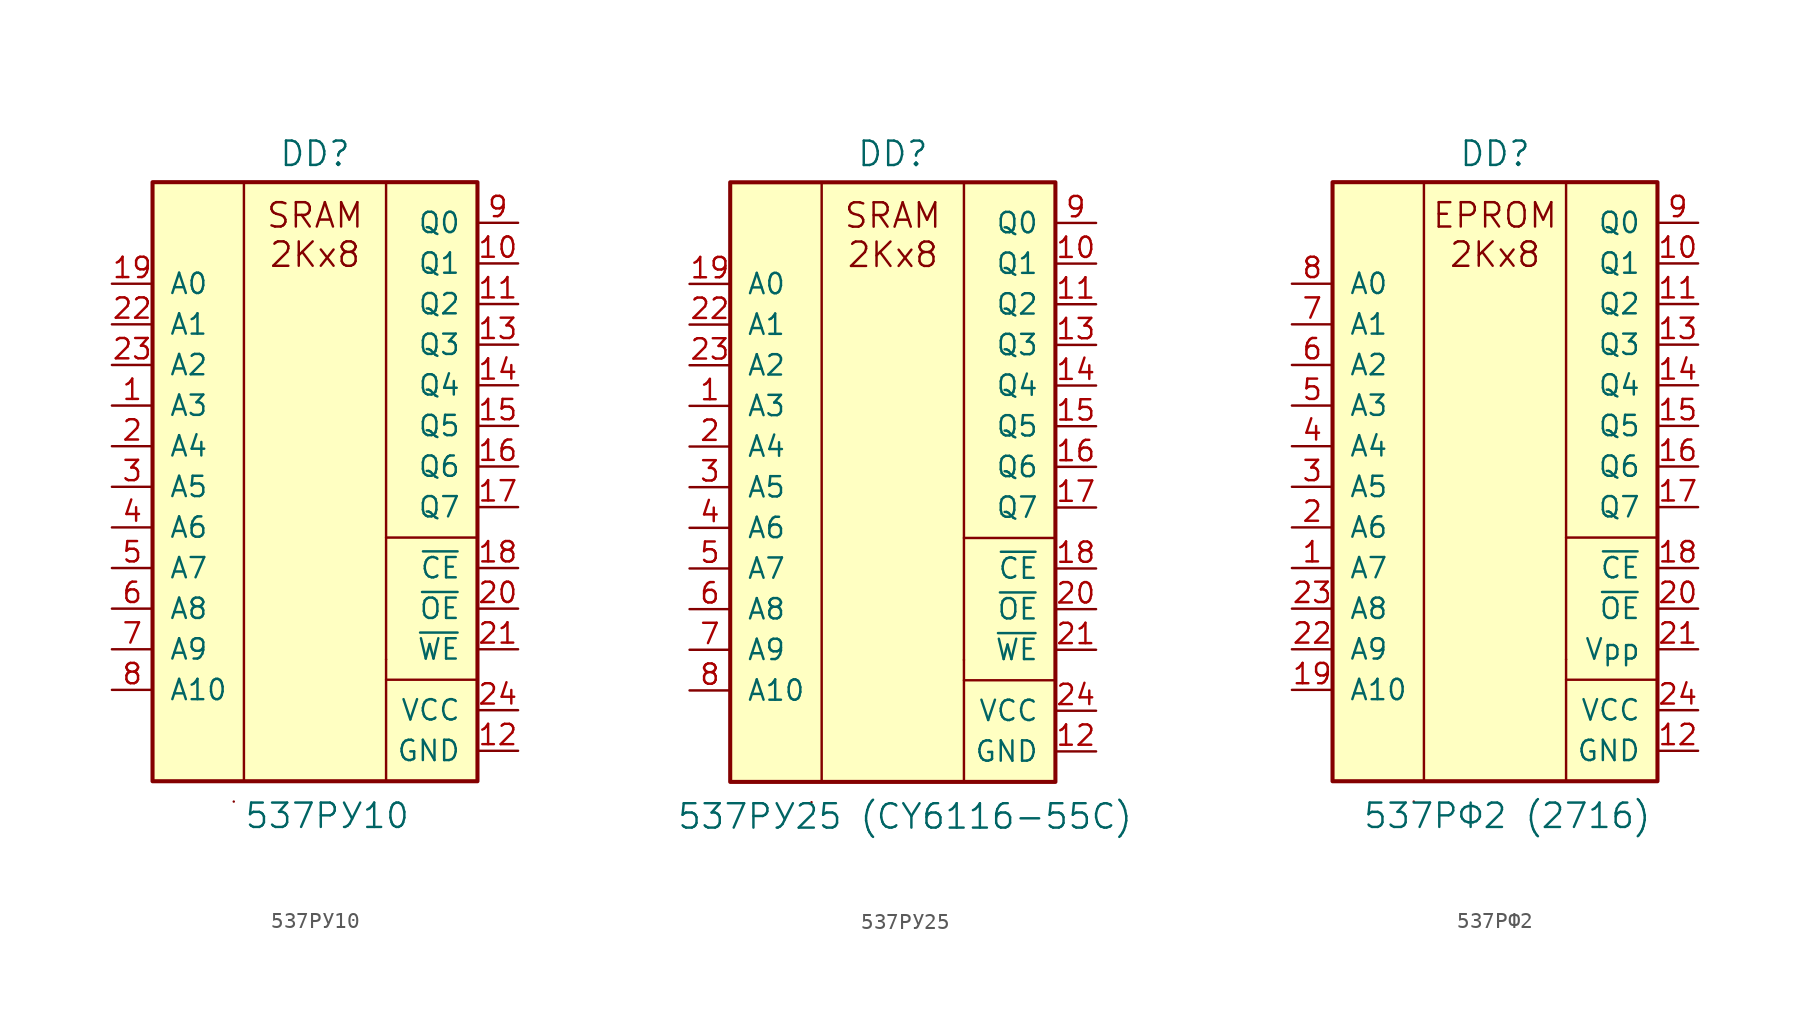
<source format=kicad_sym>
(kicad_symbol_lib
  (version 20231120)
  (generator "kicad_symbol_editor")
  (generator_version "8.0")
  (symbol "537РУ10"
    (pin_names
      (offset 1.016))
    (property "Reference" "DD"
      (at 0 20.828 0)
      (effects (font (size 1.524 1.524))))
    (property "Value" "537РУ10"
      (at 0.762 -20.574 0)
      (effects (font (size 1.524 1.524))))
    (symbol "537РУ10_0_1"
      (polyline (pts (xy -5.08 -19.685) (xy -5.08 -19.685)) (stroke (width 0) (type default)) (fill (type none)))
      (polyline (pts (xy -4.445 19.05) (xy -4.445 -18.415)) (stroke (width 0) (type default)) (fill (type none)))
      (polyline (pts (xy 4.445 -10.795) (xy 4.445 -10.795)) (stroke (width 0) (type default)) (fill (type none)))
      (polyline (pts (xy 4.445 19.05) (xy 4.445 -18.415)) (stroke (width 0) (type default)) (fill (type none)))
      (polyline (pts (xy 10.16 -12.065) (xy 4.445 -12.065)) (stroke (width 0) (type default)) (fill (type none)))
      (polyline (pts (xy 10.16 -3.175) (xy 4.445 -3.175)) (stroke (width 0) (type default)) (fill (type none))))
    (symbol "537РУ10_1_0"
      (text "SRAM\n2Kx8" (at 0 15.748 0) (effects (font (size 1.524 1.524))))
      (pin power_in line (at 12.7 -16.51 180) (length 2.54) (name "GND" (effects (font (size 1.27 1.27)))) (number "12" (effects (font (size 1.27 1.27)))))
      (pin power_in line (at 12.7 -13.97 180) (length 2.54) (name "VCC" (effects (font (size 1.27 1.27)))) (number "24" (effects (font (size 1.27 1.27))))))
    (symbol "537РУ10_1_1"
      (rectangle (start -10.16 19.05) (end 10.16 -18.415) (stroke (width 0.254) (type default)) (fill (type background)))
      (pin input line (at -12.7 5.08 0) (length 2.54) (name "A3" (effects (font (size 1.27 1.27)))) (number "1" (effects (font (size 1.27 1.27)))))
      (pin tri_state line (at 12.7 13.97 180) (length 2.54) (name "Q1" (effects (font (size 1.27 1.27)))) (number "10" (effects (font (size 1.27 1.27)))))
      (pin tri_state line (at 12.7 11.43 180) (length 2.54) (name "Q2" (effects (font (size 1.27 1.27)))) (number "11" (effects (font (size 1.27 1.27)))))
      (pin tri_state line (at 12.7 8.89 180) (length 2.54) (name "Q3" (effects (font (size 1.27 1.27)))) (number "13" (effects (font (size 1.27 1.27)))))
      (pin tri_state line (at 12.7 6.35 180) (length 2.54) (name "Q4" (effects (font (size 1.27 1.27)))) (number "14" (effects (font (size 1.27 1.27)))))
      (pin tri_state line (at 12.7 3.81 180) (length 2.54) (name "Q5" (effects (font (size 1.27 1.27)))) (number "15" (effects (font (size 1.27 1.27)))))
      (pin tri_state line (at 12.7 1.27 180) (length 2.54) (name "Q6" (effects (font (size 1.27 1.27)))) (number "16" (effects (font (size 1.27 1.27)))))
      (pin tri_state line (at 12.7 -1.27 180) (length 2.54) (name "Q7" (effects (font (size 1.27 1.27)))) (number "17" (effects (font (size 1.27 1.27)))))
      (pin input line (at 12.7 -5.08 180) (length 2.54) (name "~{CE}" (effects (font (size 1.27 1.27)))) (number "18" (effects (font (size 1.27 1.27)))))
      (pin input line (at -12.7 12.7 0) (length 2.54) (name "A0" (effects (font (size 1.27 1.27)))) (number "19" (effects (font (size 1.27 1.27)))))
      (pin input line (at -12.7 2.54 0) (length 2.54) (name "A4" (effects (font (size 1.27 1.27)))) (number "2" (effects (font (size 1.27 1.27)))))
      (pin input line (at 12.7 -7.62 180) (length 2.54) (name "~{OE}" (effects (font (size 1.27 1.27)))) (number "20" (effects (font (size 1.27 1.27)))))
      (pin input line (at 12.7 -10.16 180) (length 2.54) (name "~{WE}" (effects (font (size 1.27 1.27)))) (number "21" (effects (font (size 1.27 1.27)))))
      (pin input line (at -12.7 10.16 0) (length 2.54) (name "A1" (effects (font (size 1.27 1.27)))) (number "22" (effects (font (size 1.27 1.27)))))
      (pin input line (at -12.7 7.62 0) (length 2.54) (name "A2" (effects (font (size 1.27 1.27)))) (number "23" (effects (font (size 1.27 1.27)))))
      (pin input line (at -12.7 0 0) (length 2.54) (name "A5" (effects (font (size 1.27 1.27)))) (number "3" (effects (font (size 1.27 1.27)))))
      (pin input line (at -12.7 -2.54 0) (length 2.54) (name "A6" (effects (font (size 1.27 1.27)))) (number "4" (effects (font (size 1.27 1.27)))))
      (pin input line (at -12.7 -5.08 0) (length 2.54) (name "A7" (effects (font (size 1.27 1.27)))) (number "5" (effects (font (size 1.27 1.27)))))
      (pin input line (at -12.7 -7.62 0) (length 2.54) (name "A8" (effects (font (size 1.27 1.27)))) (number "6" (effects (font (size 1.27 1.27)))))
      (pin input line (at -12.7 -10.16 0) (length 2.54) (name "A9" (effects (font (size 1.27 1.27)))) (number "7" (effects (font (size 1.27 1.27)))))
      (pin input line (at -12.7 -12.7 0) (length 2.54) (name "A10" (effects (font (size 1.27 1.27)))) (number "8" (effects (font (size 1.27 1.27)))))
      (pin tri_state line (at 12.7 16.51 180) (length 2.54) (name "Q0" (effects (font (size 1.27 1.27)))) (number "9" (effects (font (size 1.27 1.27)))))))
  (symbol "537РУ25"
    (pin_names
      (offset 1.016))
    (property "Reference" "DD"
      (at 0 20.828 0)
      (effects (font (size 1.524 1.524))))
    (property "Value" "537РУ25 (CY6116-55C)"
      (at 0.762 -20.574 0)
      (effects (font (size 1.524 1.524))))
    (symbol "537РУ25_0_1"
      (polyline (pts (xy -5.08 -19.685) (xy -5.08 -19.685)) (stroke (width 0) (type default)) (fill (type none)))
      (polyline (pts (xy -4.445 19.05) (xy -4.445 -18.415)) (stroke (width 0) (type default)) (fill (type none)))
      (polyline (pts (xy 4.445 -10.795) (xy 4.445 -10.795)) (stroke (width 0) (type default)) (fill (type none)))
      (polyline (pts (xy 4.445 19.05) (xy 4.445 -18.415)) (stroke (width 0) (type default)) (fill (type none)))
      (polyline (pts (xy 10.16 -12.065) (xy 4.445 -12.065)) (stroke (width 0) (type default)) (fill (type none)))
      (polyline (pts (xy 10.16 -3.175) (xy 4.445 -3.175)) (stroke (width 0) (type default)) (fill (type none))))
    (symbol "537РУ25_1_0"
      (text "SRAM\n2Kx8" (at 0 15.748 0) (effects (font (size 1.524 1.524))))
      (pin power_in line (at 12.7 -16.51 180) (length 2.54) (name "GND" (effects (font (size 1.27 1.27)))) (number "12" (effects (font (size 1.27 1.27)))))
      (pin power_in line (at 12.7 -13.97 180) (length 2.54) (name "VCC" (effects (font (size 1.27 1.27)))) (number "24" (effects (font (size 1.27 1.27))))))
    (symbol "537РУ25_1_1"
      (rectangle (start -10.16 19.05) (end 10.16 -18.415) (stroke (width 0.254) (type default)) (fill (type background)))
      (pin input line (at -12.7 5.08 0) (length 2.54) (name "A3" (effects (font (size 1.27 1.27)))) (number "1" (effects (font (size 1.27 1.27)))))
      (pin tri_state line (at 12.7 13.97 180) (length 2.54) (name "Q1" (effects (font (size 1.27 1.27)))) (number "10" (effects (font (size 1.27 1.27)))))
      (pin tri_state line (at 12.7 11.43 180) (length 2.54) (name "Q2" (effects (font (size 1.27 1.27)))) (number "11" (effects (font (size 1.27 1.27)))))
      (pin tri_state line (at 12.7 8.89 180) (length 2.54) (name "Q3" (effects (font (size 1.27 1.27)))) (number "13" (effects (font (size 1.27 1.27)))))
      (pin tri_state line (at 12.7 6.35 180) (length 2.54) (name "Q4" (effects (font (size 1.27 1.27)))) (number "14" (effects (font (size 1.27 1.27)))))
      (pin tri_state line (at 12.7 3.81 180) (length 2.54) (name "Q5" (effects (font (size 1.27 1.27)))) (number "15" (effects (font (size 1.27 1.27)))))
      (pin tri_state line (at 12.7 1.27 180) (length 2.54) (name "Q6" (effects (font (size 1.27 1.27)))) (number "16" (effects (font (size 1.27 1.27)))))
      (pin tri_state line (at 12.7 -1.27 180) (length 2.54) (name "Q7" (effects (font (size 1.27 1.27)))) (number "17" (effects (font (size 1.27 1.27)))))
      (pin input line (at 12.7 -5.08 180) (length 2.54) (name "~{CE}" (effects (font (size 1.27 1.27)))) (number "18" (effects (font (size 1.27 1.27)))))
      (pin input line (at -12.7 12.7 0) (length 2.54) (name "A0" (effects (font (size 1.27 1.27)))) (number "19" (effects (font (size 1.27 1.27)))))
      (pin input line (at -12.7 2.54 0) (length 2.54) (name "A4" (effects (font (size 1.27 1.27)))) (number "2" (effects (font (size 1.27 1.27)))))
      (pin input line (at 12.7 -7.62 180) (length 2.54) (name "~{OE}" (effects (font (size 1.27 1.27)))) (number "20" (effects (font (size 1.27 1.27)))))
      (pin input line (at 12.7 -10.16 180) (length 2.54) (name "~{WE}" (effects (font (size 1.27 1.27)))) (number "21" (effects (font (size 1.27 1.27)))))
      (pin input line (at -12.7 10.16 0) (length 2.54) (name "A1" (effects (font (size 1.27 1.27)))) (number "22" (effects (font (size 1.27 1.27)))))
      (pin input line (at -12.7 7.62 0) (length 2.54) (name "A2" (effects (font (size 1.27 1.27)))) (number "23" (effects (font (size 1.27 1.27)))))
      (pin input line (at -12.7 0 0) (length 2.54) (name "A5" (effects (font (size 1.27 1.27)))) (number "3" (effects (font (size 1.27 1.27)))))
      (pin input line (at -12.7 -2.54 0) (length 2.54) (name "A6" (effects (font (size 1.27 1.27)))) (number "4" (effects (font (size 1.27 1.27)))))
      (pin input line (at -12.7 -5.08 0) (length 2.54) (name "A7" (effects (font (size 1.27 1.27)))) (number "5" (effects (font (size 1.27 1.27)))))
      (pin input line (at -12.7 -7.62 0) (length 2.54) (name "A8" (effects (font (size 1.27 1.27)))) (number "6" (effects (font (size 1.27 1.27)))))
      (pin input line (at -12.7 -10.16 0) (length 2.54) (name "A9" (effects (font (size 1.27 1.27)))) (number "7" (effects (font (size 1.27 1.27)))))
      (pin input line (at -12.7 -12.7 0) (length 2.54) (name "A10" (effects (font (size 1.27 1.27)))) (number "8" (effects (font (size 1.27 1.27)))))
      (pin tri_state line (at 12.7 16.51 180) (length 2.54) (name "Q0" (effects (font (size 1.27 1.27)))) (number "9" (effects (font (size 1.27 1.27)))))))
  (symbol "537РФ2"
    (pin_names
      (offset 1.016))
    (property "Reference" "DD"
      (at 0 20.828 0)
      (effects (font (size 1.524 1.524))))
    (property "Value" "537РФ2 (2716)"
      (at 0.762 -20.574 0)
      (effects (font (size 1.524 1.524))))
    (symbol "537РФ2_0_1"
      (polyline (pts (xy -5.08 -19.685) (xy -5.08 -19.685)) (stroke (width 0) (type default)) (fill (type none)))
      (polyline (pts (xy -4.445 19.05) (xy -4.445 -18.415)) (stroke (width 0) (type default)) (fill (type none)))
      (polyline (pts (xy 4.445 -10.795) (xy 4.445 -10.795)) (stroke (width 0) (type default)) (fill (type none)))
      (polyline (pts (xy 4.445 19.05) (xy 4.445 -18.415)) (stroke (width 0) (type default)) (fill (type none)))
      (polyline (pts (xy 10.16 -12.065) (xy 4.445 -12.065)) (stroke (width 0) (type default)) (fill (type none)))
      (polyline (pts (xy 10.16 -3.175) (xy 4.445 -3.175)) (stroke (width 0) (type default)) (fill (type none))))
    (symbol "537РФ2_1_0"
      (text "EPROM\n2Kx8" (at 0 15.748 0) (effects (font (size 1.524 1.524))))
      (pin power_in line (at 12.7 -16.51 180) (length 2.54) (name "GND" (effects (font (size 1.27 1.27)))) (number "12" (effects (font (size 1.27 1.27)))))
      (pin power_in line (at 12.7 -13.97 180) (length 2.54) (name "VCC" (effects (font (size 1.27 1.27)))) (number "24" (effects (font (size 1.27 1.27))))))
    (symbol "537РФ2_1_1"
      (rectangle (start -10.16 19.05) (end 10.16 -18.415) (stroke (width 0.254) (type default)) (fill (type background)))
      (pin input line (at -12.7 -5.08 0) (length 2.54) (name "A7" (effects (font (size 1.27 1.27)))) (number "1" (effects (font (size 1.27 1.27)))))
      (pin tri_state line (at 12.7 13.97 180) (length 2.54) (name "Q1" (effects (font (size 1.27 1.27)))) (number "10" (effects (font (size 1.27 1.27)))))
      (pin tri_state line (at 12.7 11.43 180) (length 2.54) (name "Q2" (effects (font (size 1.27 1.27)))) (number "11" (effects (font (size 1.27 1.27)))))
      (pin tri_state line (at 12.7 8.89 180) (length 2.54) (name "Q3" (effects (font (size 1.27 1.27)))) (number "13" (effects (font (size 1.27 1.27)))))
      (pin tri_state line (at 12.7 6.35 180) (length 2.54) (name "Q4" (effects (font (size 1.27 1.27)))) (number "14" (effects (font (size 1.27 1.27)))))
      (pin tri_state line (at 12.7 3.81 180) (length 2.54) (name "Q5" (effects (font (size 1.27 1.27)))) (number "15" (effects (font (size 1.27 1.27)))))
      (pin tri_state line (at 12.7 1.27 180) (length 2.54) (name "Q6" (effects (font (size 1.27 1.27)))) (number "16" (effects (font (size 1.27 1.27)))))
      (pin tri_state line (at 12.7 -1.27 180) (length 2.54) (name "Q7" (effects (font (size 1.27 1.27)))) (number "17" (effects (font (size 1.27 1.27)))))
      (pin input line (at 12.7 -5.08 180) (length 2.54) (name "~{CE}" (effects (font (size 1.27 1.27)))) (number "18" (effects (font (size 1.27 1.27)))))
      (pin input line (at -12.7 -12.7 0) (length 2.54) (name "A10" (effects (font (size 1.27 1.27)))) (number "19" (effects (font (size 1.27 1.27)))))
      (pin input line (at -12.7 -2.54 0) (length 2.54) (name "A6" (effects (font (size 1.27 1.27)))) (number "2" (effects (font (size 1.27 1.27)))))
      (pin input line (at 12.7 -7.62 180) (length 2.54) (name "~{OE}" (effects (font (size 1.27 1.27)))) (number "20" (effects (font (size 1.27 1.27)))))
      (pin input line (at 12.7 -10.16 180) (length 2.54) (name "Vpp" (effects (font (size 1.27 1.27)))) (number "21" (effects (font (size 1.27 1.27)))))
      (pin input line (at -12.7 -10.16 0) (length 2.54) (name "A9" (effects (font (size 1.27 1.27)))) (number "22" (effects (font (size 1.27 1.27)))))
      (pin input line (at -12.7 -7.62 0) (length 2.54) (name "A8" (effects (font (size 1.27 1.27)))) (number "23" (effects (font (size 1.27 1.27)))))
      (pin input line (at -12.7 0 0) (length 2.54) (name "A5" (effects (font (size 1.27 1.27)))) (number "3" (effects (font (size 1.27 1.27)))))
      (pin input line (at -12.7 2.54 0) (length 2.54) (name "A4" (effects (font (size 1.27 1.27)))) (number "4" (effects (font (size 1.27 1.27)))))
      (pin input line (at -12.7 5.08 0) (length 2.54) (name "A3" (effects (font (size 1.27 1.27)))) (number "5" (effects (font (size 1.27 1.27)))))
      (pin input line (at -12.7 7.62 0) (length 2.54) (name "A2" (effects (font (size 1.27 1.27)))) (number "6" (effects (font (size 1.27 1.27)))))
      (pin input line (at -12.7 10.16 0) (length 2.54) (name "A1" (effects (font (size 1.27 1.27)))) (number "7" (effects (font (size 1.27 1.27)))))
      (pin input line (at -12.7 12.7 0) (length 2.54) (name "A0" (effects (font (size 1.27 1.27)))) (number "8" (effects (font (size 1.27 1.27)))))
      (pin tri_state line (at 12.7 16.51 180) (length 2.54) (name "Q0" (effects (font (size 1.27 1.27)))) (number "9" (effects (font (size 1.27 1.27))))))))
</source>
